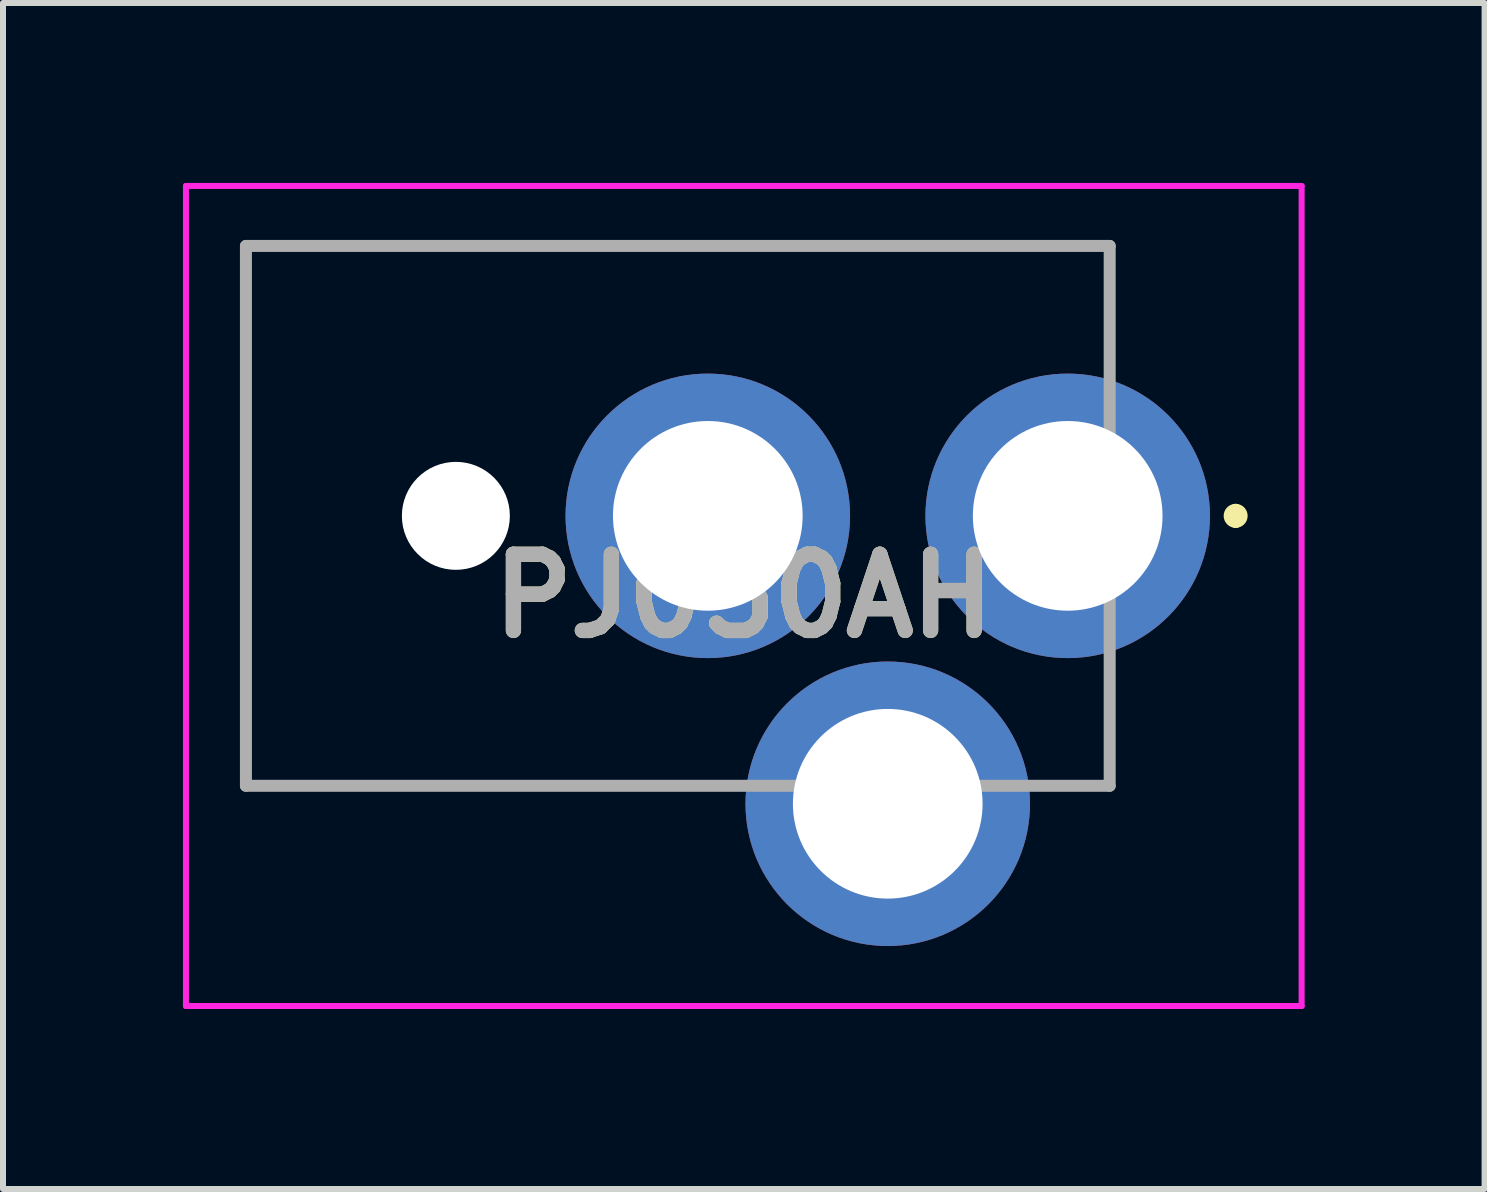
<source format=kicad_pcb>
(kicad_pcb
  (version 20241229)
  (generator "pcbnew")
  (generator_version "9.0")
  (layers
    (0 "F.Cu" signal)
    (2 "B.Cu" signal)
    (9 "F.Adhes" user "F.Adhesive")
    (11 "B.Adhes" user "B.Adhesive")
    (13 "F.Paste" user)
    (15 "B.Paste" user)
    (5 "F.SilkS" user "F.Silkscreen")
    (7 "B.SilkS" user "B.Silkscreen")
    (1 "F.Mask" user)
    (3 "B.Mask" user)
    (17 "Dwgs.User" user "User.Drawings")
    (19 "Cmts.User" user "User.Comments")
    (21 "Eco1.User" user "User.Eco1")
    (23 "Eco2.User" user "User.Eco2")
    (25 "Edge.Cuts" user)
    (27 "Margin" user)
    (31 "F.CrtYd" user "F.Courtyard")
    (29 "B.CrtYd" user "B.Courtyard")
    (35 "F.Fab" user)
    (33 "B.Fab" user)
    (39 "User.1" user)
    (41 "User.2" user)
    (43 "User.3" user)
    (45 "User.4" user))
  (footprint "PJ050AH"
    (layer "F.Cu")
    (at 1.05 5.55)
    (property "Reference" "PJ050AH" (at 8.3 1.336 0) (layer "F.SilkS") (effects (font (size 1.27 1.27) (thickness 0.254))))
    (attr through_hole)
    (fp_line (start 0 -4.5) (end 0 4.5) (stroke (width 0.1) (type solid)) (layer "F.SilkS"))
    (fp_line (start 0 4.5) (end 8 4.5) (stroke (width 0.1) (type solid)) (layer "F.SilkS"))
    (fp_line (start 14.4 -4.5) (end 0 -4.5) (stroke (width 0.1) (type solid)) (layer "F.SilkS"))
    (fp_line (start 14.4 -3) (end 14.4 -4.5) (stroke (width 0.1) (type solid)) (layer "F.SilkS"))
    (fp_line (start 14.4 3) (end 14.4 4.5) (stroke (width 0.1) (type solid)) (layer "F.SilkS"))
    (fp_line (start 14.4 4.5) (end 14 4.5) (stroke (width 0.1) (type solid)) (layer "F.SilkS"))
    (fp_line (start 16.5 -0.1) (end 16.5 -0.1) (stroke (width 0.2) (type solid)) (layer "F.SilkS"))
    (fp_line (start 16.5 0.1) (end 16.5 0.1) (stroke (width 0.2) (type solid)) (layer "F.SilkS"))
    (fp_arc (start 16.5 -0.1) (mid 16.6 0) (end 16.5 0.1) (stroke (width 0.2) (type solid)) (layer "F.SilkS"))
    (fp_arc (start 16.5 0.1) (mid 16.4 0) (end 16.5 -0.1) (stroke (width 0.2) (type solid)) (layer "F.SilkS"))
    (fp_line (start -1 -5.5) (end 17.6 -5.5) (stroke (width 0.1) (type solid)) (layer "F.CrtYd"))
    (fp_line (start -1 8.172) (end -1 -5.5) (stroke (width 0.1) (type solid)) (layer "F.CrtYd"))
    (fp_line (start 17.6 -5.5) (end 17.6 8.172) (stroke (width 0.1) (type solid)) (layer "F.CrtYd"))
    (fp_line (start 17.6 8.172) (end -1 8.172) (stroke (width 0.1) (type solid)) (layer "F.CrtYd"))
    (fp_line (start 0 -4.5) (end 14.4 -4.5) (stroke (width 0.2) (type solid)) (layer "F.Fab"))
    (fp_line (start 0 4.5) (end 0 -4.5) (stroke (width 0.2) (type solid)) (layer "F.Fab"))
    (fp_line (start 14.4 -4.5) (end 14.4 4.5) (stroke (width 0.2) (type solid)) (layer "F.Fab"))
    (fp_line (start 14.4 4.5) (end 0 4.5) (stroke (width 0.2) (type solid)) (layer "F.Fab"))
    (fp_text user "${REFERENCE}" (at 8.3 1.336 0) (layer "F.Fab") (effects (font (size 1.27 1.27) (thickness 0.254))))
    (pad "" np_thru_hole circle (at 3.5 0) (size 1.8 1.8) (drill 1.8) (layers "*.Cu" "*.Mask"))
    (pad "1" thru_hole circle (at 13.7 0) (size 4.743 4.743) (drill 3.162) (layers "*.Cu" "*.Mask"))
    (pad "2" thru_hole circle (at 7.7 0) (size 4.743 4.743) (drill 3.162) (layers "*.Cu" "*.Mask"))
    (pad "3" thru_hole circle (at 10.7 4.8) (size 4.743 4.743) (drill 3.162) (layers "*.Cu" "*.Mask")))
  (gr_rect
    (start -3 -3)
    (end 21.7 16.772)
    (stroke (width 0.1) (type default))
    (fill no)
    (layer "Edge.Cuts")))
</source>
